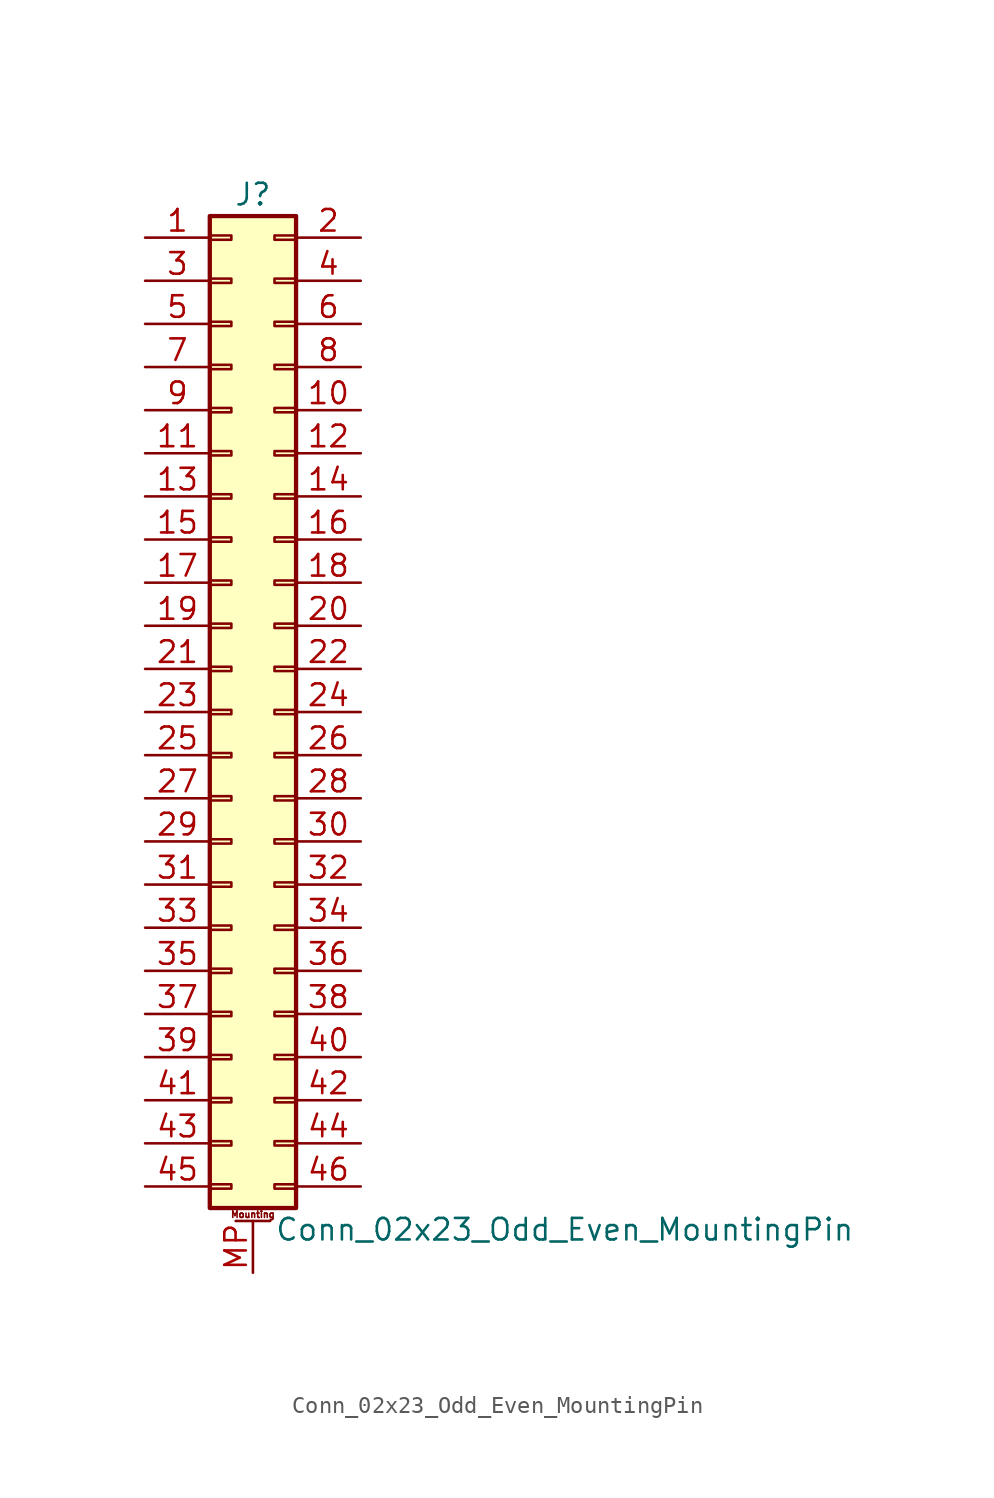
<source format=kicad_sym>
(kicad_symbol_lib
  (version 20211014)
  (generator kicad_symbol_editor)
  (symbol "Conn_02x23_Odd_Even_MountingPin"
    (pin_names
      (offset 1.016) hide)
    (property "Reference" "J"
      (at 1.27 30.48 0)
      (effects (font (size 1.27 1.27))))
    (property "Value" "Conn_02x23_Odd_Even_MountingPin"
      (at 2.54 -30.48 0)
      (effects (font (size 1.27 1.27)) (justify left)))
    (symbol "Conn_02x23_Odd_Even_MountingPin_1_1"
      (rectangle (start -1.27 -27.813) (end 0 -28.067) (stroke (width 0.152) (type default) (color 0 0 0 0)) (fill (type none)))
      (rectangle (start -1.27 -25.273) (end 0 -25.527) (stroke (width 0.152) (type default) (color 0 0 0 0)) (fill (type none)))
      (rectangle (start -1.27 -22.733) (end 0 -22.987) (stroke (width 0.152) (type default) (color 0 0 0 0)) (fill (type none)))
      (rectangle (start -1.27 -20.193) (end 0 -20.447) (stroke (width 0.152) (type default) (color 0 0 0 0)) (fill (type none)))
      (rectangle (start -1.27 -17.653) (end 0 -17.907) (stroke (width 0.152) (type default) (color 0 0 0 0)) (fill (type none)))
      (rectangle (start -1.27 -15.113) (end 0 -15.367) (stroke (width 0.152) (type default) (color 0 0 0 0)) (fill (type none)))
      (rectangle (start -1.27 -12.573) (end 0 -12.827) (stroke (width 0.152) (type default) (color 0 0 0 0)) (fill (type none)))
      (rectangle (start -1.27 -10.033) (end 0 -10.287) (stroke (width 0.152) (type default) (color 0 0 0 0)) (fill (type none)))
      (rectangle (start -1.27 -7.493) (end 0 -7.747) (stroke (width 0.152) (type default) (color 0 0 0 0)) (fill (type none)))
      (rectangle (start -1.27 -4.953) (end 0 -5.207) (stroke (width 0.152) (type default) (color 0 0 0 0)) (fill (type none)))
      (rectangle (start -1.27 -2.413) (end 0 -2.667) (stroke (width 0.152) (type default) (color 0 0 0 0)) (fill (type none)))
      (rectangle (start -1.27 0.127) (end 0 -0.127) (stroke (width 0.152) (type default) (color 0 0 0 0)) (fill (type none)))
      (rectangle (start -1.27 2.667) (end 0 2.413) (stroke (width 0.152) (type default) (color 0 0 0 0)) (fill (type none)))
      (rectangle (start -1.27 5.207) (end 0 4.953) (stroke (width 0.152) (type default) (color 0 0 0 0)) (fill (type none)))
      (rectangle (start -1.27 7.747) (end 0 7.493) (stroke (width 0.152) (type default) (color 0 0 0 0)) (fill (type none)))
      (rectangle (start -1.27 10.287) (end 0 10.033) (stroke (width 0.152) (type default) (color 0 0 0 0)) (fill (type none)))
      (rectangle (start -1.27 12.827) (end 0 12.573) (stroke (width 0.152) (type default) (color 0 0 0 0)) (fill (type none)))
      (rectangle (start -1.27 15.367) (end 0 15.113) (stroke (width 0.152) (type default) (color 0 0 0 0)) (fill (type none)))
      (rectangle (start -1.27 17.907) (end 0 17.653) (stroke (width 0.152) (type default) (color 0 0 0 0)) (fill (type none)))
      (rectangle (start -1.27 20.447) (end 0 20.193) (stroke (width 0.152) (type default) (color 0 0 0 0)) (fill (type none)))
      (rectangle (start -1.27 22.987) (end 0 22.733) (stroke (width 0.152) (type default) (color 0 0 0 0)) (fill (type none)))
      (rectangle (start -1.27 25.527) (end 0 25.273) (stroke (width 0.152) (type default) (color 0 0 0 0)) (fill (type none)))
      (rectangle (start -1.27 28.067) (end 0 27.813) (stroke (width 0.152) (type default) (color 0 0 0 0)) (fill (type none)))
      (rectangle (start -1.27 29.21) (end 3.81 -29.21) (stroke (width 0.254) (type default) (color 0 0 0 0)) (fill (type background)))
      (polyline (pts (xy 0.254 -29.972) (xy 2.286 -29.972)) (stroke (width 0.152) (type default) (color 0 0 0 0)) (fill (type none)))
      (rectangle (start 3.81 -27.813) (end 2.54 -28.067) (stroke (width 0.152) (type default) (color 0 0 0 0)) (fill (type none)))
      (rectangle (start 3.81 -25.273) (end 2.54 -25.527) (stroke (width 0.152) (type default) (color 0 0 0 0)) (fill (type none)))
      (rectangle (start 3.81 -22.733) (end 2.54 -22.987) (stroke (width 0.152) (type default) (color 0 0 0 0)) (fill (type none)))
      (rectangle (start 3.81 -20.193) (end 2.54 -20.447) (stroke (width 0.152) (type default) (color 0 0 0 0)) (fill (type none)))
      (rectangle (start 3.81 -17.653) (end 2.54 -17.907) (stroke (width 0.152) (type default) (color 0 0 0 0)) (fill (type none)))
      (rectangle (start 3.81 -15.113) (end 2.54 -15.367) (stroke (width 0.152) (type default) (color 0 0 0 0)) (fill (type none)))
      (rectangle (start 3.81 -12.573) (end 2.54 -12.827) (stroke (width 0.152) (type default) (color 0 0 0 0)) (fill (type none)))
      (rectangle (start 3.81 -10.033) (end 2.54 -10.287) (stroke (width 0.152) (type default) (color 0 0 0 0)) (fill (type none)))
      (rectangle (start 3.81 -7.493) (end 2.54 -7.747) (stroke (width 0.152) (type default) (color 0 0 0 0)) (fill (type none)))
      (rectangle (start 3.81 -4.953) (end 2.54 -5.207) (stroke (width 0.152) (type default) (color 0 0 0 0)) (fill (type none)))
      (rectangle (start 3.81 -2.413) (end 2.54 -2.667) (stroke (width 0.152) (type default) (color 0 0 0 0)) (fill (type none)))
      (rectangle (start 3.81 0.127) (end 2.54 -0.127) (stroke (width 0.152) (type default) (color 0 0 0 0)) (fill (type none)))
      (rectangle (start 3.81 2.667) (end 2.54 2.413) (stroke (width 0.152) (type default) (color 0 0 0 0)) (fill (type none)))
      (rectangle (start 3.81 5.207) (end 2.54 4.953) (stroke (width 0.152) (type default) (color 0 0 0 0)) (fill (type none)))
      (rectangle (start 3.81 7.747) (end 2.54 7.493) (stroke (width 0.152) (type default) (color 0 0 0 0)) (fill (type none)))
      (rectangle (start 3.81 10.287) (end 2.54 10.033) (stroke (width 0.152) (type default) (color 0 0 0 0)) (fill (type none)))
      (rectangle (start 3.81 12.827) (end 2.54 12.573) (stroke (width 0.152) (type default) (color 0 0 0 0)) (fill (type none)))
      (rectangle (start 3.81 15.367) (end 2.54 15.113) (stroke (width 0.152) (type default) (color 0 0 0 0)) (fill (type none)))
      (rectangle (start 3.81 17.907) (end 2.54 17.653) (stroke (width 0.152) (type default) (color 0 0 0 0)) (fill (type none)))
      (rectangle (start 3.81 20.447) (end 2.54 20.193) (stroke (width 0.152) (type default) (color 0 0 0 0)) (fill (type none)))
      (rectangle (start 3.81 22.987) (end 2.54 22.733) (stroke (width 0.152) (type default) (color 0 0 0 0)) (fill (type none)))
      (rectangle (start 3.81 25.527) (end 2.54 25.273) (stroke (width 0.152) (type default) (color 0 0 0 0)) (fill (type none)))
      (rectangle (start 3.81 28.067) (end 2.54 27.813) (stroke (width 0.152) (type default) (color 0 0 0 0)) (fill (type none)))
      (text "Mounting" (at 1.27 -29.591 0) (effects (font (size 0.381 0.381))))
      (pin passive line (at -5.08 27.94 0) (length 3.81) (name "Pin_1" (effects (font (size 1.27 1.27)))) (number "1" (effects (font (size 1.27 1.27)))))
      (pin passive line (at 7.62 17.78 180) (length 3.81) (name "Pin_10" (effects (font (size 1.27 1.27)))) (number "10" (effects (font (size 1.27 1.27)))))
      (pin passive line (at -5.08 15.24 0) (length 3.81) (name "Pin_11" (effects (font (size 1.27 1.27)))) (number "11" (effects (font (size 1.27 1.27)))))
      (pin passive line (at 7.62 15.24 180) (length 3.81) (name "Pin_12" (effects (font (size 1.27 1.27)))) (number "12" (effects (font (size 1.27 1.27)))))
      (pin passive line (at -5.08 12.7 0) (length 3.81) (name "Pin_13" (effects (font (size 1.27 1.27)))) (number "13" (effects (font (size 1.27 1.27)))))
      (pin passive line (at 7.62 12.7 180) (length 3.81) (name "Pin_14" (effects (font (size 1.27 1.27)))) (number "14" (effects (font (size 1.27 1.27)))))
      (pin passive line (at -5.08 10.16 0) (length 3.81) (name "Pin_15" (effects (font (size 1.27 1.27)))) (number "15" (effects (font (size 1.27 1.27)))))
      (pin passive line (at 7.62 10.16 180) (length 3.81) (name "Pin_16" (effects (font (size 1.27 1.27)))) (number "16" (effects (font (size 1.27 1.27)))))
      (pin passive line (at -5.08 7.62 0) (length 3.81) (name "Pin_17" (effects (font (size 1.27 1.27)))) (number "17" (effects (font (size 1.27 1.27)))))
      (pin passive line (at 7.62 7.62 180) (length 3.81) (name "Pin_18" (effects (font (size 1.27 1.27)))) (number "18" (effects (font (size 1.27 1.27)))))
      (pin passive line (at -5.08 5.08 0) (length 3.81) (name "Pin_19" (effects (font (size 1.27 1.27)))) (number "19" (effects (font (size 1.27 1.27)))))
      (pin passive line (at 7.62 27.94 180) (length 3.81) (name "Pin_2" (effects (font (size 1.27 1.27)))) (number "2" (effects (font (size 1.27 1.27)))))
      (pin passive line (at 7.62 5.08 180) (length 3.81) (name "Pin_20" (effects (font (size 1.27 1.27)))) (number "20" (effects (font (size 1.27 1.27)))))
      (pin passive line (at -5.08 2.54 0) (length 3.81) (name "Pin_21" (effects (font (size 1.27 1.27)))) (number "21" (effects (font (size 1.27 1.27)))))
      (pin passive line (at 7.62 2.54 180) (length 3.81) (name "Pin_22" (effects (font (size 1.27 1.27)))) (number "22" (effects (font (size 1.27 1.27)))))
      (pin passive line (at -5.08 0 0) (length 3.81) (name "Pin_23" (effects (font (size 1.27 1.27)))) (number "23" (effects (font (size 1.27 1.27)))))
      (pin passive line (at 7.62 0 180) (length 3.81) (name "Pin_24" (effects (font (size 1.27 1.27)))) (number "24" (effects (font (size 1.27 1.27)))))
      (pin passive line (at -5.08 -2.54 0) (length 3.81) (name "Pin_25" (effects (font (size 1.27 1.27)))) (number "25" (effects (font (size 1.27 1.27)))))
      (pin passive line (at 7.62 -2.54 180) (length 3.81) (name "Pin_26" (effects (font (size 1.27 1.27)))) (number "26" (effects (font (size 1.27 1.27)))))
      (pin passive line (at -5.08 -5.08 0) (length 3.81) (name "Pin_27" (effects (font (size 1.27 1.27)))) (number "27" (effects (font (size 1.27 1.27)))))
      (pin passive line (at 7.62 -5.08 180) (length 3.81) (name "Pin_28" (effects (font (size 1.27 1.27)))) (number "28" (effects (font (size 1.27 1.27)))))
      (pin passive line (at -5.08 -7.62 0) (length 3.81) (name "Pin_29" (effects (font (size 1.27 1.27)))) (number "29" (effects (font (size 1.27 1.27)))))
      (pin passive line (at -5.08 25.4 0) (length 3.81) (name "Pin_3" (effects (font (size 1.27 1.27)))) (number "3" (effects (font (size 1.27 1.27)))))
      (pin passive line (at 7.62 -7.62 180) (length 3.81) (name "Pin_30" (effects (font (size 1.27 1.27)))) (number "30" (effects (font (size 1.27 1.27)))))
      (pin passive line (at -5.08 -10.16 0) (length 3.81) (name "Pin_31" (effects (font (size 1.27 1.27)))) (number "31" (effects (font (size 1.27 1.27)))))
      (pin passive line (at 7.62 -10.16 180) (length 3.81) (name "Pin_32" (effects (font (size 1.27 1.27)))) (number "32" (effects (font (size 1.27 1.27)))))
      (pin passive line (at -5.08 -12.7 0) (length 3.81) (name "Pin_33" (effects (font (size 1.27 1.27)))) (number "33" (effects (font (size 1.27 1.27)))))
      (pin passive line (at 7.62 -12.7 180) (length 3.81) (name "Pin_34" (effects (font (size 1.27 1.27)))) (number "34" (effects (font (size 1.27 1.27)))))
      (pin passive line (at -5.08 -15.24 0) (length 3.81) (name "Pin_35" (effects (font (size 1.27 1.27)))) (number "35" (effects (font (size 1.27 1.27)))))
      (pin passive line (at 7.62 -15.24 180) (length 3.81) (name "Pin_36" (effects (font (size 1.27 1.27)))) (number "36" (effects (font (size 1.27 1.27)))))
      (pin passive line (at -5.08 -17.78 0) (length 3.81) (name "Pin_37" (effects (font (size 1.27 1.27)))) (number "37" (effects (font (size 1.27 1.27)))))
      (pin passive line (at 7.62 -17.78 180) (length 3.81) (name "Pin_38" (effects (font (size 1.27 1.27)))) (number "38" (effects (font (size 1.27 1.27)))))
      (pin passive line (at -5.08 -20.32 0) (length 3.81) (name "Pin_39" (effects (font (size 1.27 1.27)))) (number "39" (effects (font (size 1.27 1.27)))))
      (pin passive line (at 7.62 25.4 180) (length 3.81) (name "Pin_4" (effects (font (size 1.27 1.27)))) (number "4" (effects (font (size 1.27 1.27)))))
      (pin passive line (at 7.62 -20.32 180) (length 3.81) (name "Pin_40" (effects (font (size 1.27 1.27)))) (number "40" (effects (font (size 1.27 1.27)))))
      (pin passive line (at -5.08 -22.86 0) (length 3.81) (name "Pin_41" (effects (font (size 1.27 1.27)))) (number "41" (effects (font (size 1.27 1.27)))))
      (pin passive line (at 7.62 -22.86 180) (length 3.81) (name "Pin_42" (effects (font (size 1.27 1.27)))) (number "42" (effects (font (size 1.27 1.27)))))
      (pin passive line (at -5.08 -25.4 0) (length 3.81) (name "Pin_43" (effects (font (size 1.27 1.27)))) (number "43" (effects (font (size 1.27 1.27)))))
      (pin passive line (at 7.62 -25.4 180) (length 3.81) (name "Pin_44" (effects (font (size 1.27 1.27)))) (number "44" (effects (font (size 1.27 1.27)))))
      (pin passive line (at -5.08 -27.94 0) (length 3.81) (name "Pin_45" (effects (font (size 1.27 1.27)))) (number "45" (effects (font (size 1.27 1.27)))))
      (pin passive line (at 7.62 -27.94 180) (length 3.81) (name "Pin_46" (effects (font (size 1.27 1.27)))) (number "46" (effects (font (size 1.27 1.27)))))
      (pin passive line (at -5.08 22.86 0) (length 3.81) (name "Pin_5" (effects (font (size 1.27 1.27)))) (number "5" (effects (font (size 1.27 1.27)))))
      (pin passive line (at 7.62 22.86 180) (length 3.81) (name "Pin_6" (effects (font (size 1.27 1.27)))) (number "6" (effects (font (size 1.27 1.27)))))
      (pin passive line (at -5.08 20.32 0) (length 3.81) (name "Pin_7" (effects (font (size 1.27 1.27)))) (number "7" (effects (font (size 1.27 1.27)))))
      (pin passive line (at 7.62 20.32 180) (length 3.81) (name "Pin_8" (effects (font (size 1.27 1.27)))) (number "8" (effects (font (size 1.27 1.27)))))
      (pin passive line (at -5.08 17.78 0) (length 3.81) (name "Pin_9" (effects (font (size 1.27 1.27)))) (number "9" (effects (font (size 1.27 1.27)))))
      (pin passive line (at 1.27 -33.02 90) (length 3.048) (name "MountPin" (effects (font (size 1.27 1.27)))) (number "MP" (effects (font (size 1.27 1.27))))))))
</source>
